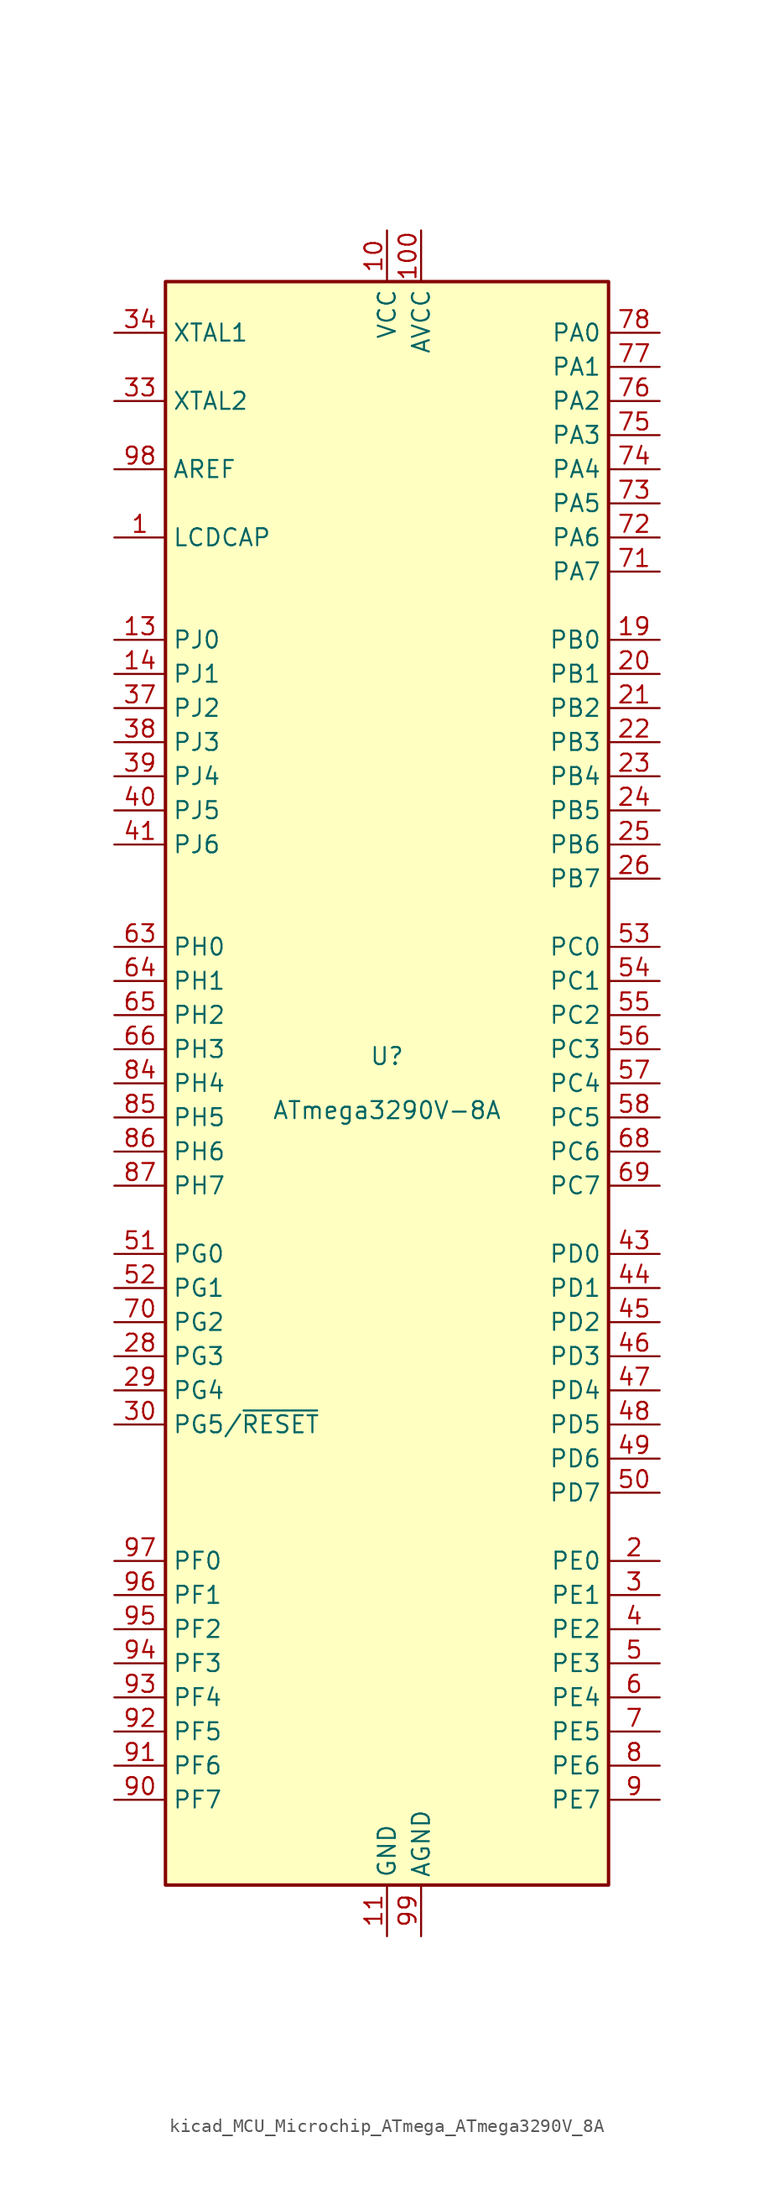
<source format=kicad_sym>
(kicad_symbol_lib
  (version 20220914)
  (generator kicad_symbol_editor)
  (symbol "kicad_MCU_Microchip_ATmega_ATmega3290V_8A"
    (property "Reference" "U"
      (at 0 1.27 0)
      (effects (font (size 1.27 1.27)) (justify bottom)))
    (property "Value" "ATmega3290V-8A"
      (at 0 -1.27 0)
      (effects (font (size 1.27 1.27)) (justify top)))
    (symbol "kicad_MCU_Microchip_ATmega_ATmega3290V_8A_0_1"
      (rectangle (start -16.51 -59.69) (end 16.51 59.69) (stroke (width 0.254) (type default)) (fill (type background))))
    (symbol "kicad_MCU_Microchip_ATmega_ATmega3290V_8A_1_1"
      (pin passive line (at -20.32 40.64 0) (length 3.81) (name "LCDCAP" (effects (font (size 1.27 1.27)))) (number "1" (effects (font (size 1.27 1.27)))))
      (pin power_in line (at 0 63.5 270) (length 3.81) (name "VCC" (effects (font (size 1.27 1.27)))) (number "10" (effects (font (size 1.27 1.27)))))
      (pin power_in line (at 2.54 63.5 270) (length 3.81) (name "AVCC" (effects (font (size 1.27 1.27)))) (number "100" (effects (font (size 1.27 1.27)))))
      (pin power_in line (at 0 -63.5 90) (length 3.81) (name "GND" (effects (font (size 1.27 1.27)))) (number "11" (effects (font (size 1.27 1.27)))))
      (pin no_connect line (at -15.24 38.1 0) (length 2.54) hide (name "NC" (effects (font (size 1.27 1.27)))) (number "12" (effects (font (size 1.27 1.27)))))
      (pin bidirectional line (at -20.32 33.02 0) (length 3.81) (name "PJ0" (effects (font (size 1.27 1.27)))) (number "13" (effects (font (size 1.27 1.27)))))
      (pin bidirectional line (at -20.32 30.48 0) (length 3.81) (name "PJ1" (effects (font (size 1.27 1.27)))) (number "14" (effects (font (size 1.27 1.27)))))
      (pin no_connect line (at -15.24 35.56 0) (length 2.54) hide (name "NC" (effects (font (size 1.27 1.27)))) (number "15" (effects (font (size 1.27 1.27)))))
      (pin no_connect line (at -15.24 15.24 0) (length 2.54) hide (name "NC" (effects (font (size 1.27 1.27)))) (number "16" (effects (font (size 1.27 1.27)))))
      (pin no_connect line (at -15.24 12.7 0) (length 2.54) hide (name "NC" (effects (font (size 1.27 1.27)))) (number "17" (effects (font (size 1.27 1.27)))))
      (pin no_connect line (at -15.24 -10.16 0) (length 2.54) hide (name "NC" (effects (font (size 1.27 1.27)))) (number "18" (effects (font (size 1.27 1.27)))))
      (pin bidirectional line (at 20.32 33.02 180) (length 3.81) (name "PB0" (effects (font (size 1.27 1.27)))) (number "19" (effects (font (size 1.27 1.27)))))
      (pin bidirectional line (at 20.32 -35.56 180) (length 3.81) (name "PE0" (effects (font (size 1.27 1.27)))) (number "2" (effects (font (size 1.27 1.27)))))
      (pin bidirectional line (at 20.32 30.48 180) (length 3.81) (name "PB1" (effects (font (size 1.27 1.27)))) (number "20" (effects (font (size 1.27 1.27)))))
      (pin bidirectional line (at 20.32 27.94 180) (length 3.81) (name "PB2" (effects (font (size 1.27 1.27)))) (number "21" (effects (font (size 1.27 1.27)))))
      (pin bidirectional line (at 20.32 25.4 180) (length 3.81) (name "PB3" (effects (font (size 1.27 1.27)))) (number "22" (effects (font (size 1.27 1.27)))))
      (pin bidirectional line (at 20.32 22.86 180) (length 3.81) (name "PB4" (effects (font (size 1.27 1.27)))) (number "23" (effects (font (size 1.27 1.27)))))
      (pin bidirectional line (at 20.32 20.32 180) (length 3.81) (name "PB5" (effects (font (size 1.27 1.27)))) (number "24" (effects (font (size 1.27 1.27)))))
      (pin bidirectional line (at 20.32 17.78 180) (length 3.81) (name "PB6" (effects (font (size 1.27 1.27)))) (number "25" (effects (font (size 1.27 1.27)))))
      (pin bidirectional line (at 20.32 15.24 180) (length 3.81) (name "PB7" (effects (font (size 1.27 1.27)))) (number "26" (effects (font (size 1.27 1.27)))))
      (pin no_connect line (at -15.24 -27.94 0) (length 2.54) hide (name "NC" (effects (font (size 1.27 1.27)))) (number "27" (effects (font (size 1.27 1.27)))))
      (pin bidirectional line (at -20.32 -20.32 0) (length 3.81) (name "PG3" (effects (font (size 1.27 1.27)))) (number "28" (effects (font (size 1.27 1.27)))))
      (pin bidirectional line (at -20.32 -22.86 0) (length 3.81) (name "PG4" (effects (font (size 1.27 1.27)))) (number "29" (effects (font (size 1.27 1.27)))))
      (pin bidirectional line (at 20.32 -38.1 180) (length 3.81) (name "PE1" (effects (font (size 1.27 1.27)))) (number "3" (effects (font (size 1.27 1.27)))))
      (pin bidirectional line (at -20.32 -25.4 0) (length 3.81) (name "PG5/~{RESET}" (effects (font (size 1.27 1.27)))) (number "30" (effects (font (size 1.27 1.27)))))
      (pin passive line (at 0 63.5 270) (length 3.81) hide (name "VCC" (effects (font (size 1.27 1.27)))) (number "31" (effects (font (size 1.27 1.27)))))
      (pin passive line (at 0 -63.5 90) (length 3.81) hide (name "GND" (effects (font (size 1.27 1.27)))) (number "32" (effects (font (size 1.27 1.27)))))
      (pin output line (at -20.32 50.8 0) (length 3.81) (name "XTAL2" (effects (font (size 1.27 1.27)))) (number "33" (effects (font (size 1.27 1.27)))))
      (pin input line (at -20.32 55.88 0) (length 3.81) (name "XTAL1" (effects (font (size 1.27 1.27)))) (number "34" (effects (font (size 1.27 1.27)))))
      (pin no_connect line (at -15.24 -30.48 0) (length 2.54) hide (name "NC" (effects (font (size 1.27 1.27)))) (number "35" (effects (font (size 1.27 1.27)))))
      (pin no_connect line (at -15.24 -33.02 0) (length 2.54) hide (name "NC" (effects (font (size 1.27 1.27)))) (number "36" (effects (font (size 1.27 1.27)))))
      (pin bidirectional line (at -20.32 27.94 0) (length 3.81) (name "PJ2" (effects (font (size 1.27 1.27)))) (number "37" (effects (font (size 1.27 1.27)))))
      (pin bidirectional line (at -20.32 25.4 0) (length 3.81) (name "PJ3" (effects (font (size 1.27 1.27)))) (number "38" (effects (font (size 1.27 1.27)))))
      (pin bidirectional line (at -20.32 22.86 0) (length 3.81) (name "PJ4" (effects (font (size 1.27 1.27)))) (number "39" (effects (font (size 1.27 1.27)))))
      (pin bidirectional line (at 20.32 -40.64 180) (length 3.81) (name "PE2" (effects (font (size 1.27 1.27)))) (number "4" (effects (font (size 1.27 1.27)))))
      (pin bidirectional line (at -20.32 20.32 0) (length 3.81) (name "PJ5" (effects (font (size 1.27 1.27)))) (number "40" (effects (font (size 1.27 1.27)))))
      (pin bidirectional line (at -20.32 17.78 0) (length 3.81) (name "PJ6" (effects (font (size 1.27 1.27)))) (number "41" (effects (font (size 1.27 1.27)))))
      (pin no_connect line (at -15.24 -58.42 90) (length 2.54) hide (name "NC" (effects (font (size 1.27 1.27)))) (number "42" (effects (font (size 1.27 1.27)))))
      (pin bidirectional line (at 20.32 -12.7 180) (length 3.81) (name "PD0" (effects (font (size 1.27 1.27)))) (number "43" (effects (font (size 1.27 1.27)))))
      (pin bidirectional line (at 20.32 -15.24 180) (length 3.81) (name "PD1" (effects (font (size 1.27 1.27)))) (number "44" (effects (font (size 1.27 1.27)))))
      (pin bidirectional line (at 20.32 -17.78 180) (length 3.81) (name "PD2" (effects (font (size 1.27 1.27)))) (number "45" (effects (font (size 1.27 1.27)))))
      (pin bidirectional line (at 20.32 -20.32 180) (length 3.81) (name "PD3" (effects (font (size 1.27 1.27)))) (number "46" (effects (font (size 1.27 1.27)))))
      (pin bidirectional line (at 20.32 -22.86 180) (length 3.81) (name "PD4" (effects (font (size 1.27 1.27)))) (number "47" (effects (font (size 1.27 1.27)))))
      (pin bidirectional line (at 20.32 -25.4 180) (length 3.81) (name "PD5" (effects (font (size 1.27 1.27)))) (number "48" (effects (font (size 1.27 1.27)))))
      (pin bidirectional line (at 20.32 -27.94 180) (length 3.81) (name "PD6" (effects (font (size 1.27 1.27)))) (number "49" (effects (font (size 1.27 1.27)))))
      (pin bidirectional line (at 20.32 -43.18 180) (length 3.81) (name "PE3" (effects (font (size 1.27 1.27)))) (number "5" (effects (font (size 1.27 1.27)))))
      (pin bidirectional line (at 20.32 -30.48 180) (length 3.81) (name "PD7" (effects (font (size 1.27 1.27)))) (number "50" (effects (font (size 1.27 1.27)))))
      (pin bidirectional line (at -20.32 -12.7 0) (length 3.81) (name "PG0" (effects (font (size 1.27 1.27)))) (number "51" (effects (font (size 1.27 1.27)))))
      (pin bidirectional line (at -20.32 -15.24 0) (length 3.81) (name "PG1" (effects (font (size 1.27 1.27)))) (number "52" (effects (font (size 1.27 1.27)))))
      (pin bidirectional line (at 20.32 10.16 180) (length 3.81) (name "PC0" (effects (font (size 1.27 1.27)))) (number "53" (effects (font (size 1.27 1.27)))))
      (pin bidirectional line (at 20.32 7.62 180) (length 3.81) (name "PC1" (effects (font (size 1.27 1.27)))) (number "54" (effects (font (size 1.27 1.27)))))
      (pin bidirectional line (at 20.32 5.08 180) (length 3.81) (name "PC2" (effects (font (size 1.27 1.27)))) (number "55" (effects (font (size 1.27 1.27)))))
      (pin bidirectional line (at 20.32 2.54 180) (length 3.81) (name "PC3" (effects (font (size 1.27 1.27)))) (number "56" (effects (font (size 1.27 1.27)))))
      (pin bidirectional line (at 20.32 0 180) (length 3.81) (name "PC4" (effects (font (size 1.27 1.27)))) (number "57" (effects (font (size 1.27 1.27)))))
      (pin bidirectional line (at 20.32 -2.54 180) (length 3.81) (name "PC5" (effects (font (size 1.27 1.27)))) (number "58" (effects (font (size 1.27 1.27)))))
      (pin no_connect line (at -12.7 -58.42 90) (length 2.54) hide (name "NC" (effects (font (size 1.27 1.27)))) (number "59" (effects (font (size 1.27 1.27)))))
      (pin bidirectional line (at 20.32 -45.72 180) (length 3.81) (name "PE4" (effects (font (size 1.27 1.27)))) (number "6" (effects (font (size 1.27 1.27)))))
      (pin no_connect line (at -10.16 -58.42 90) (length 2.54) hide (name "NC" (effects (font (size 1.27 1.27)))) (number "60" (effects (font (size 1.27 1.27)))))
      (pin no_connect line (at -7.62 -58.42 90) (length 2.54) hide (name "NC" (effects (font (size 1.27 1.27)))) (number "61" (effects (font (size 1.27 1.27)))))
      (pin no_connect line (at -5.08 -58.42 90) (length 2.54) hide (name "NC" (effects (font (size 1.27 1.27)))) (number "62" (effects (font (size 1.27 1.27)))))
      (pin bidirectional line (at -20.32 10.16 0) (length 3.81) (name "PH0" (effects (font (size 1.27 1.27)))) (number "63" (effects (font (size 1.27 1.27)))))
      (pin bidirectional line (at -20.32 7.62 0) (length 3.81) (name "PH1" (effects (font (size 1.27 1.27)))) (number "64" (effects (font (size 1.27 1.27)))))
      (pin bidirectional line (at -20.32 5.08 0) (length 3.81) (name "PH2" (effects (font (size 1.27 1.27)))) (number "65" (effects (font (size 1.27 1.27)))))
      (pin bidirectional line (at -20.32 2.54 0) (length 3.81) (name "PH3" (effects (font (size 1.27 1.27)))) (number "66" (effects (font (size 1.27 1.27)))))
      (pin no_connect line (at -2.54 -58.42 90) (length 2.54) hide (name "NC" (effects (font (size 1.27 1.27)))) (number "67" (effects (font (size 1.27 1.27)))))
      (pin bidirectional line (at 20.32 -5.08 180) (length 3.81) (name "PC6" (effects (font (size 1.27 1.27)))) (number "68" (effects (font (size 1.27 1.27)))))
      (pin bidirectional line (at 20.32 -7.62 180) (length 3.81) (name "PC7" (effects (font (size 1.27 1.27)))) (number "69" (effects (font (size 1.27 1.27)))))
      (pin bidirectional line (at 20.32 -48.26 180) (length 3.81) (name "PE5" (effects (font (size 1.27 1.27)))) (number "7" (effects (font (size 1.27 1.27)))))
      (pin bidirectional line (at -20.32 -17.78 0) (length 3.81) (name "PG2" (effects (font (size 1.27 1.27)))) (number "70" (effects (font (size 1.27 1.27)))))
      (pin bidirectional line (at 20.32 38.1 180) (length 3.81) (name "PA7" (effects (font (size 1.27 1.27)))) (number "71" (effects (font (size 1.27 1.27)))))
      (pin bidirectional line (at 20.32 40.64 180) (length 3.81) (name "PA6" (effects (font (size 1.27 1.27)))) (number "72" (effects (font (size 1.27 1.27)))))
      (pin bidirectional line (at 20.32 43.18 180) (length 3.81) (name "PA5" (effects (font (size 1.27 1.27)))) (number "73" (effects (font (size 1.27 1.27)))))
      (pin bidirectional line (at 20.32 45.72 180) (length 3.81) (name "PA4" (effects (font (size 1.27 1.27)))) (number "74" (effects (font (size 1.27 1.27)))))
      (pin bidirectional line (at 20.32 48.26 180) (length 3.81) (name "PA3" (effects (font (size 1.27 1.27)))) (number "75" (effects (font (size 1.27 1.27)))))
      (pin bidirectional line (at 20.32 50.8 180) (length 3.81) (name "PA2" (effects (font (size 1.27 1.27)))) (number "76" (effects (font (size 1.27 1.27)))))
      (pin bidirectional line (at 20.32 53.34 180) (length 3.81) (name "PA1" (effects (font (size 1.27 1.27)))) (number "77" (effects (font (size 1.27 1.27)))))
      (pin bidirectional line (at 20.32 55.88 180) (length 3.81) (name "PA0" (effects (font (size 1.27 1.27)))) (number "78" (effects (font (size 1.27 1.27)))))
      (pin no_connect line (at 5.08 -58.42 90) (length 2.54) hide (name "NC" (effects (font (size 1.27 1.27)))) (number "79" (effects (font (size 1.27 1.27)))))
      (pin bidirectional line (at 20.32 -50.8 180) (length 3.81) (name "PE6" (effects (font (size 1.27 1.27)))) (number "8" (effects (font (size 1.27 1.27)))))
      (pin passive line (at 0 63.5 270) (length 3.81) hide (name "VCC" (effects (font (size 1.27 1.27)))) (number "80" (effects (font (size 1.27 1.27)))))
      (pin passive line (at 0 -63.5 90) (length 3.81) hide (name "GND" (effects (font (size 1.27 1.27)))) (number "81" (effects (font (size 1.27 1.27)))))
      (pin no_connect line (at 7.62 -58.42 90) (length 2.54) hide (name "NC" (effects (font (size 1.27 1.27)))) (number "82" (effects (font (size 1.27 1.27)))))
      (pin no_connect line (at 10.16 -58.42 90) (length 2.54) hide (name "NC" (effects (font (size 1.27 1.27)))) (number "83" (effects (font (size 1.27 1.27)))))
      (pin bidirectional line (at -20.32 0 0) (length 3.81) (name "PH4" (effects (font (size 1.27 1.27)))) (number "84" (effects (font (size 1.27 1.27)))))
      (pin bidirectional line (at -20.32 -2.54 0) (length 3.81) (name "PH5" (effects (font (size 1.27 1.27)))) (number "85" (effects (font (size 1.27 1.27)))))
      (pin bidirectional line (at -20.32 -5.08 0) (length 3.81) (name "PH6" (effects (font (size 1.27 1.27)))) (number "86" (effects (font (size 1.27 1.27)))))
      (pin bidirectional line (at -20.32 -7.62 0) (length 3.81) (name "PH7" (effects (font (size 1.27 1.27)))) (number "87" (effects (font (size 1.27 1.27)))))
      (pin no_connect line (at 12.7 -58.42 90) (length 2.54) hide (name "NC" (effects (font (size 1.27 1.27)))) (number "88" (effects (font (size 1.27 1.27)))))
      (pin no_connect line (at 15.24 -58.42 90) (length 2.54) hide (name "NC" (effects (font (size 1.27 1.27)))) (number "89" (effects (font (size 1.27 1.27)))))
      (pin bidirectional line (at 20.32 -53.34 180) (length 3.81) (name "PE7" (effects (font (size 1.27 1.27)))) (number "9" (effects (font (size 1.27 1.27)))))
      (pin bidirectional line (at -20.32 -53.34 0) (length 3.81) (name "PF7" (effects (font (size 1.27 1.27)))) (number "90" (effects (font (size 1.27 1.27)))))
      (pin bidirectional line (at -20.32 -50.8 0) (length 3.81) (name "PF6" (effects (font (size 1.27 1.27)))) (number "91" (effects (font (size 1.27 1.27)))))
      (pin bidirectional line (at -20.32 -48.26 0) (length 3.81) (name "PF5" (effects (font (size 1.27 1.27)))) (number "92" (effects (font (size 1.27 1.27)))))
      (pin bidirectional line (at -20.32 -45.72 0) (length 3.81) (name "PF4" (effects (font (size 1.27 1.27)))) (number "93" (effects (font (size 1.27 1.27)))))
      (pin bidirectional line (at -20.32 -43.18 0) (length 3.81) (name "PF3" (effects (font (size 1.27 1.27)))) (number "94" (effects (font (size 1.27 1.27)))))
      (pin bidirectional line (at -20.32 -40.64 0) (length 3.81) (name "PF2" (effects (font (size 1.27 1.27)))) (number "95" (effects (font (size 1.27 1.27)))))
      (pin bidirectional line (at -20.32 -38.1 0) (length 3.81) (name "PF1" (effects (font (size 1.27 1.27)))) (number "96" (effects (font (size 1.27 1.27)))))
      (pin bidirectional line (at -20.32 -35.56 0) (length 3.81) (name "PF0" (effects (font (size 1.27 1.27)))) (number "97" (effects (font (size 1.27 1.27)))))
      (pin passive line (at -20.32 45.72 0) (length 3.81) (name "AREF" (effects (font (size 1.27 1.27)))) (number "98" (effects (font (size 1.27 1.27)))))
      (pin power_in line (at 2.54 -63.5 90) (length 3.81) (name "AGND" (effects (font (size 1.27 1.27)))) (number "99" (effects (font (size 1.27 1.27))))))))
</source>
